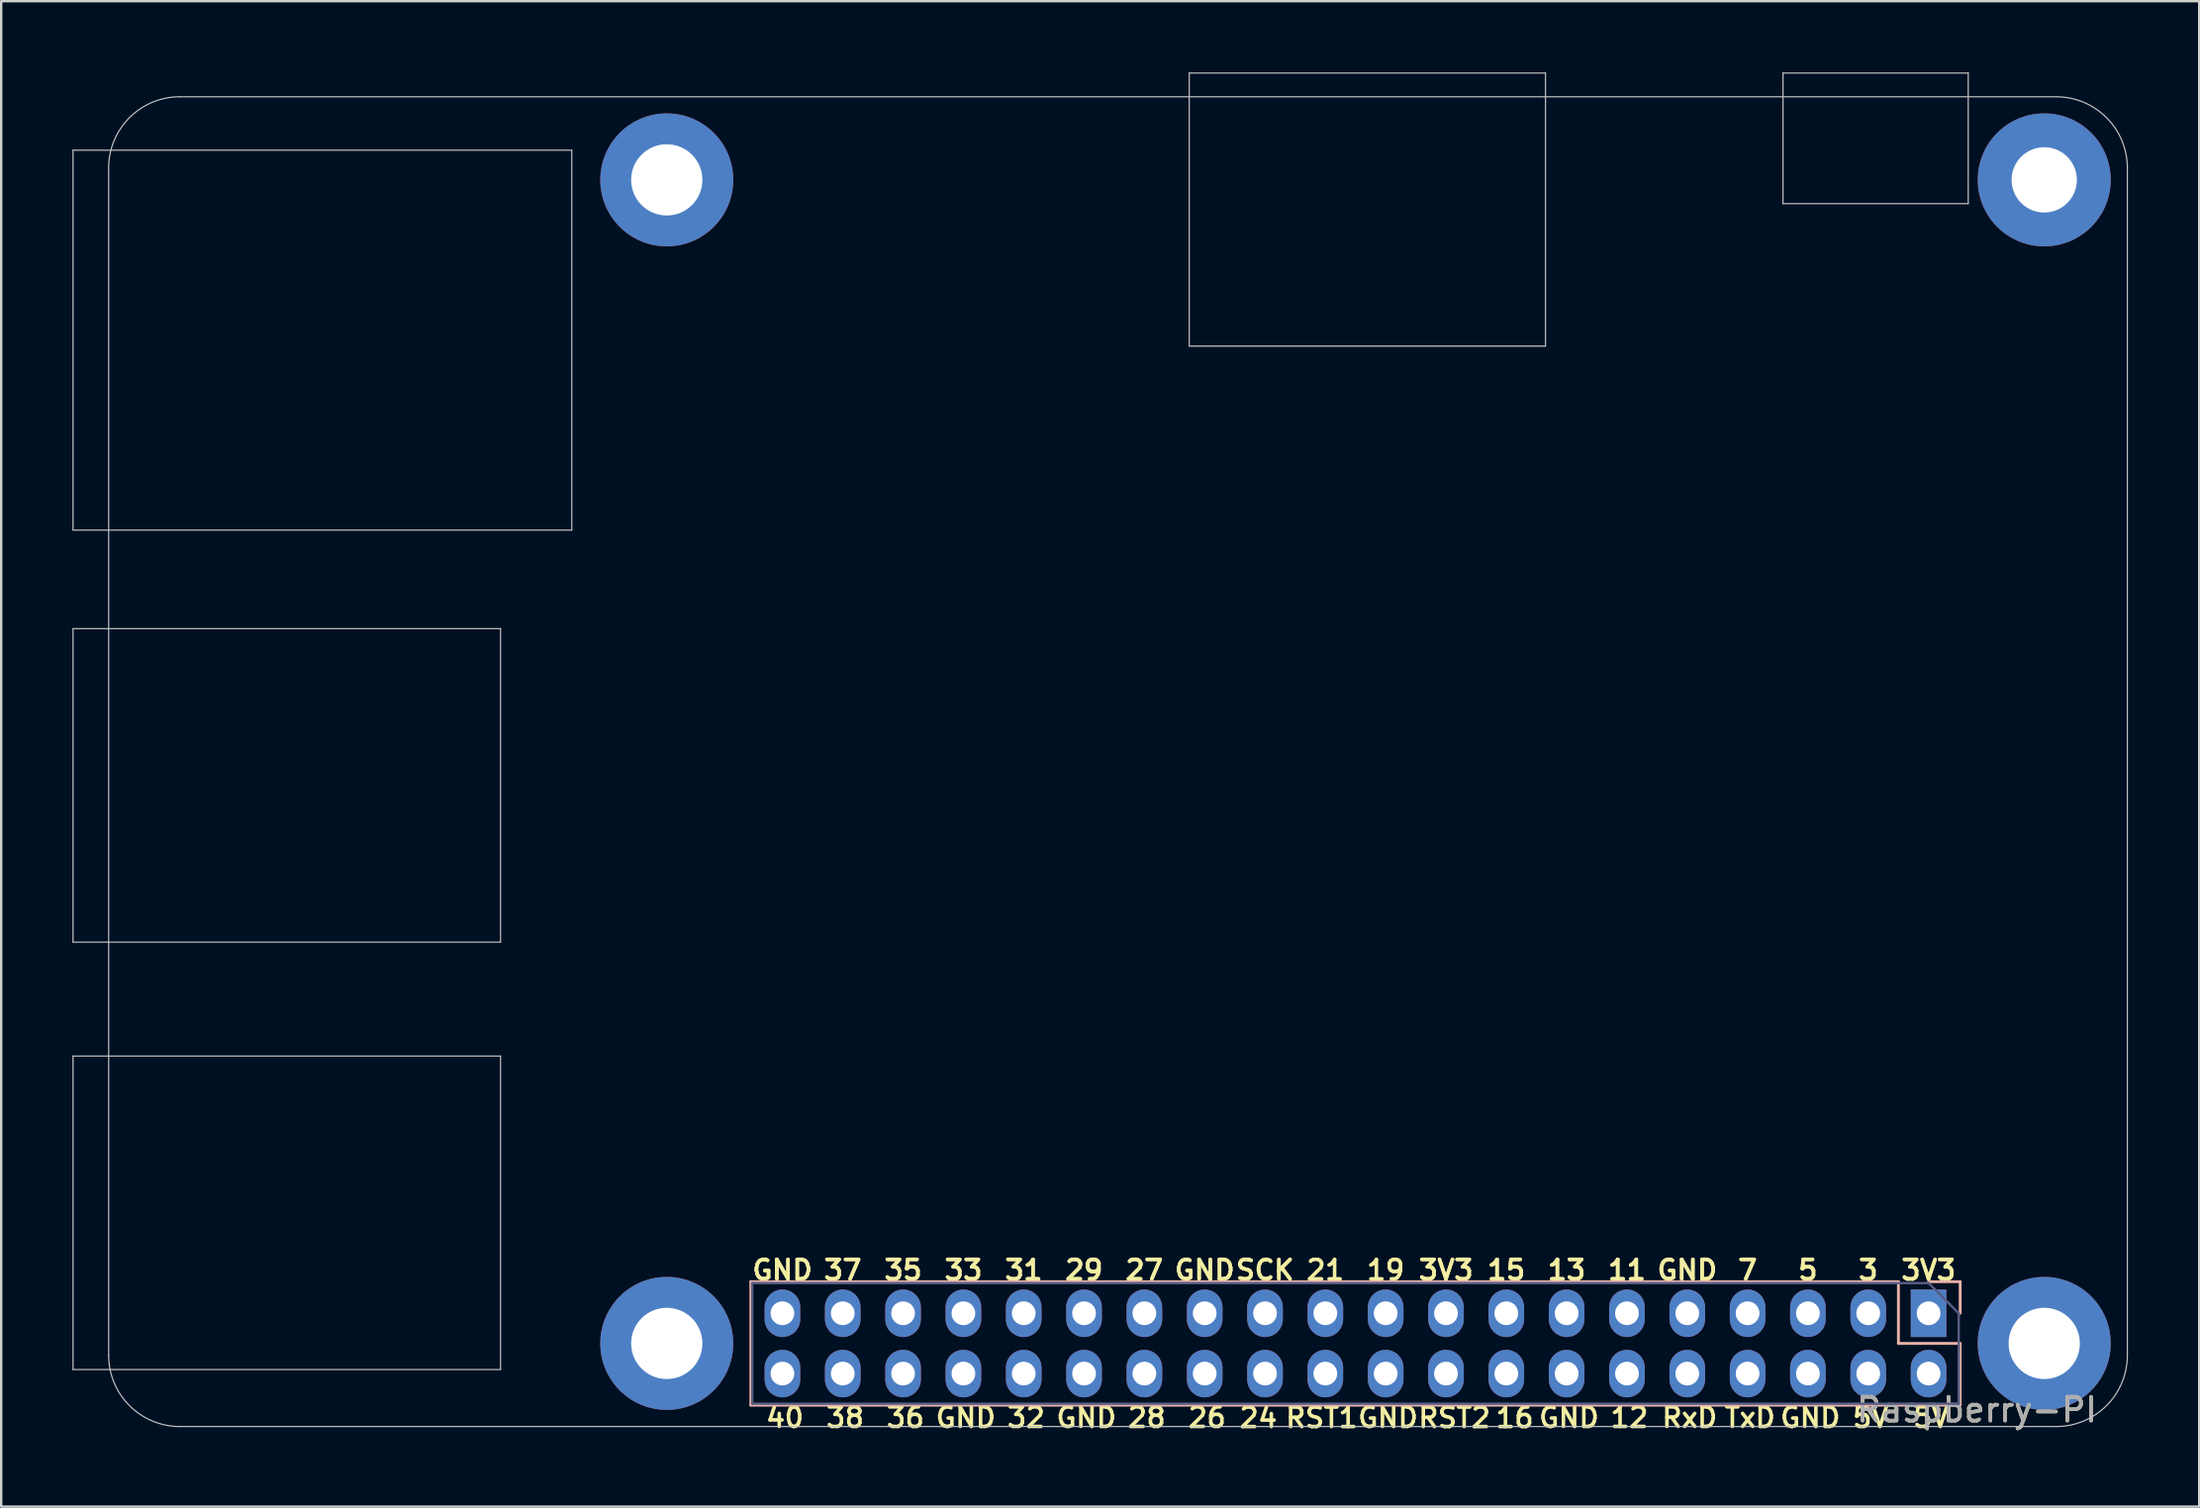
<source format=kicad_pcb>
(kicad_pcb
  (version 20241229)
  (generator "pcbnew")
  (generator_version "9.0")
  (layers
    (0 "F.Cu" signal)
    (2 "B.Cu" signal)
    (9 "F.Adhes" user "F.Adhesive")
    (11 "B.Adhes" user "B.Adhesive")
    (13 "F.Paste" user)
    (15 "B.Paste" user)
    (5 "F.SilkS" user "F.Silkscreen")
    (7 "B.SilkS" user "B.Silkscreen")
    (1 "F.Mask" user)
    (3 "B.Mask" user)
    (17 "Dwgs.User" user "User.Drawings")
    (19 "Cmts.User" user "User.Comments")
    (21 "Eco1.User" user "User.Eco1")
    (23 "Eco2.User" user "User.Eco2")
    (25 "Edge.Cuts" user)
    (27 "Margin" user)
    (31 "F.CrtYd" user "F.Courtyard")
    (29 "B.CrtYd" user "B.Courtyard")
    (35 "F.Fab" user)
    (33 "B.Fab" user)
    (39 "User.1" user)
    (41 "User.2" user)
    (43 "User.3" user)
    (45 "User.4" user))
  (footprint "Raspberry-PI"
    (layer "F.Cu")
    (at 78.155 52.255)
    (property "Reference" "Raspberry-PI" (at 2.032 4.064 0) (layer "F.SilkS") (effects (font (size 1 1) (thickness 0.15))))
    (attr through_hole)
    (fp_line (start -49.59 -1.33) (end -49.59 3.87) (stroke (width 0.12) (type solid)) (layer "B.SilkS"))
    (fp_line (start -1.27 -1.33) (end -49.59 -1.33) (stroke (width 0.12) (type solid)) (layer "B.SilkS"))
    (fp_line (start -1.27 -1.33) (end -1.27 1.27) (stroke (width 0.12) (type solid)) (layer "B.SilkS"))
    (fp_line (start -1.27 1.27) (end 1.33 1.27) (stroke (width 0.12) (type solid)) (layer "B.SilkS"))
    (fp_line (start 0 -1.33) (end 1.33 -1.33) (stroke (width 0.12) (type solid)) (layer "B.SilkS"))
    (fp_line (start 1.33 -1.33) (end 1.33 0) (stroke (width 0.12) (type solid)) (layer "B.SilkS"))
    (fp_line (start 1.33 1.27) (end 1.33 3.87) (stroke (width 0.12) (type solid)) (layer "B.SilkS"))
    (fp_line (start 1.33 3.87) (end -49.59 3.87) (stroke (width 0.12) (type solid)) (layer "B.SilkS"))
    (fp_line (start -78.13 -48.98) (end -78.13 -32.98) (stroke (width 0.05) (type solid)) (layer "Dwgs.User"))
    (fp_line (start -78.13 -32.98) (end -57.13 -32.98) (stroke (width 0.05) (type solid)) (layer "Dwgs.User"))
    (fp_line (start -78.13 -28.83) (end -78.13 -15.63) (stroke (width 0.05) (type solid)) (layer "Dwgs.User"))
    (fp_line (start -78.13 -10.83) (end -78.13 2.37) (stroke (width 0.05) (type solid)) (layer "Dwgs.User"))
    (fp_line (start -76.63 -48.23) (end -76.63 1.77) (stroke (width 0.05) (type solid)) (layer "Dwgs.User"))
    (fp_line (start -73.63 4.77) (end 5.37 4.77) (stroke (width 0.05) (type solid)) (layer "Dwgs.User"))
    (fp_line (start -60.13 -28.83) (end -78.13 -28.83) (stroke (width 0.05) (type solid)) (layer "Dwgs.User"))
    (fp_line (start -60.13 -28.83) (end -60.13 -15.63) (stroke (width 0.05) (type solid)) (layer "Dwgs.User"))
    (fp_line (start -60.13 -15.63) (end -78.13 -15.63) (stroke (width 0.05) (type solid)) (layer "Dwgs.User"))
    (fp_line (start -60.13 -10.83) (end -78.13 -10.83) (stroke (width 0.05) (type solid)) (layer "Dwgs.User"))
    (fp_line (start -60.13 -10.83) (end -60.13 2.37) (stroke (width 0.05) (type solid)) (layer "Dwgs.User"))
    (fp_line (start -60.13 2.37) (end -78.13 2.37) (stroke (width 0.05) (type solid)) (layer "Dwgs.User"))
    (fp_line (start -57.13 -48.98) (end -78.13 -48.98) (stroke (width 0.05) (type solid)) (layer "Dwgs.User"))
    (fp_line (start -57.13 -48.98) (end -57.13 -32.98) (stroke (width 0.05) (type solid)) (layer "Dwgs.User"))
    (fp_line (start -31.13 -52.23) (end -31.13 -40.73) (stroke (width 0.05) (type solid)) (layer "Dwgs.User"))
    (fp_line (start -16.13 -52.23) (end -31.13 -52.23) (stroke (width 0.05) (type solid)) (layer "Dwgs.User"))
    (fp_line (start -16.13 -52.23) (end -16.13 -40.73) (stroke (width 0.05) (type solid)) (layer "Dwgs.User"))
    (fp_line (start -16.13 -40.73) (end -31.13 -40.73) (stroke (width 0.05) (type solid)) (layer "Dwgs.User"))
    (fp_line (start -6.13 -52.23) (end -6.13 -46.73) (stroke (width 0.05) (type solid)) (layer "Dwgs.User"))
    (fp_line (start 1.67 -52.23) (end -6.13 -52.23) (stroke (width 0.05) (type solid)) (layer "Dwgs.User"))
    (fp_line (start 1.67 -52.23) (end 1.67 -46.73) (stroke (width 0.05) (type solid)) (layer "Dwgs.User"))
    (fp_line (start 1.67 -46.73) (end -6.13 -46.73) (stroke (width 0.05) (type solid)) (layer "Dwgs.User"))
    (fp_line (start 5.37 -51.23) (end -73.63 -51.23) (stroke (width 0.05) (type solid)) (layer "Dwgs.User"))
    (fp_line (start 8.37 1.77) (end 8.37 -48.23) (stroke (width 0.05) (type solid)) (layer "Dwgs.User"))
    (fp_arc (start -76.63 -48.23) (mid -75.75132 -50.35132) (end -73.63 -51.23) (stroke (width 0.05) (type solid)) (layer "Dwgs.User"))
    (fp_arc (start -73.63 4.77) (mid -75.75132 3.89132) (end -76.63 1.77) (stroke (width 0.05) (type solid)) (layer "Dwgs.User"))
    (fp_arc (start 5.37 -51.23) (mid 7.49132 -50.35132) (end 8.37 -48.23) (stroke (width 0.05) (type solid)) (layer "Dwgs.User"))
    (fp_arc (start 8.37 1.77) (mid 7.49132 3.89132) (end 5.37 4.77) (stroke (width 0.05) (type solid)) (layer "Dwgs.User"))
    (fp_line (start -49.53 -1.27) (end 0 -1.27) (stroke (width 0.1) (type solid)) (layer "B.Fab"))
    (fp_line (start -49.53 3.81) (end -49.53 -1.27) (stroke (width 0.1) (type solid)) (layer "B.Fab"))
    (fp_line (start 0 -1.27) (end 1.27 0) (stroke (width 0.1) (type solid)) (layer "B.Fab"))
    (fp_line (start 1.27 0) (end 1.27 3.81) (stroke (width 0.1) (type solid)) (layer "B.Fab"))
    (fp_line (start 1.27 3.81) (end -49.53 3.81) (stroke (width 0.1) (type solid)) (layer "B.Fab"))
    (fp_text user "5V" (at -2.44 4.392 0) (layer "F.SilkS") (effects (font (size 0.82 0.82) (thickness 0.15))))
    (fp_text user "31" (at -38.1 -1.82 0) (layer "F.SilkS") (effects (font (size 0.82 0.82) (thickness 0.15))))
    (fp_text user "5V" (at 0.1 4.392 0) (layer "F.SilkS") (effects (font (size 0.82 0.82) (thickness 0.15))))
    (fp_text user "36" (at -43.08 4.392 0) (layer "F.SilkS") (effects (font (size 0.82 0.82) (thickness 0.15))))
    (fp_text user "GND" (at -4.98 4.392 0) (layer "F.SilkS") (effects (font (size 0.82 0.82) (thickness 0.15))))
    (fp_text user "13" (at -15.24 -1.82 0) (layer "F.SilkS") (effects (font (size 0.82 0.82) (thickness 0.15))))
    (fp_text user "35" (at -43.18 -1.82 0) (layer "F.SilkS") (effects (font (size 0.82 0.82) (thickness 0.15))))
    (fp_text user "3" (at -2.54 -1.82 0) (layer "F.SilkS") (effects (font (size 0.82 0.82) (thickness 0.15))))
    (fp_text user "27" (at -33.02 -1.82 0) (layer "F.SilkS") (effects (font (size 0.82 0.82) (thickness 0.15))))
    (fp_text user "11" (at -12.7 -1.82 0) (layer "F.SilkS") (effects (font (size 0.82 0.82) (thickness 0.15))))
    (fp_text user "33" (at -40.64 -1.82 0) (layer "F.SilkS") (effects (font (size 0.82 0.82) (thickness 0.15))))
    (fp_text user "28" (at -32.92 4.392 0) (layer "F.SilkS") (effects (font (size 0.82 0.82) (thickness 0.15))))
    (fp_text user "7" (at -7.62 -1.82 0) (layer "F.SilkS") (effects (font (size 0.82 0.82) (thickness 0.15))))
    (fp_text user "3V3" (at -20.32 -1.82 0) (layer "F.SilkS") (effects (font (size 0.82 0.82) (thickness 0.15))))
    (fp_text user "GND" (at -15.14 4.392 0) (layer "F.SilkS") (effects (font (size 0.82 0.82) (thickness 0.15))))
    (fp_text user "GND" (at -10.16 -1.82 0) (layer "F.SilkS") (effects (font (size 0.82 0.82) (thickness 0.15))))
    (fp_text user "32" (at -38 4.392 0) (layer "F.SilkS") (effects (font (size 0.82 0.82) (thickness 0.15))))
    (fp_text user "GND" (at -30.48 -1.82 0) (layer "F.SilkS") (effects (font (size 0.82 0.82) (thickness 0.15))))
    (fp_text user "31" (at -38.1 -1.82 0) (layer "F.SilkS") (effects (font (size 0.82 0.82) (thickness 0.15))))
    (fp_text user "15" (at -17.78 -1.82 0) (layer "F.SilkS") (effects (font (size 0.82 0.82) (thickness 0.15))))
    (fp_text user "29" (at -35.56 -1.82 0) (layer "F.SilkS") (effects (font (size 0.82 0.82) (thickness 0.15))))
    (fp_text user "27" (at -33.02 -1.82 0) (layer "F.SilkS") (effects (font (size 0.82 0.82) (thickness 0.15))))
    (fp_text user "26" (at -30.38 4.392 0) (layer "F.SilkS") (effects (font (size 0.82 0.82) (thickness 0.15))))
    (fp_text user "37" (at -45.72 -1.82 0) (layer "F.SilkS") (effects (font (size 0.82 0.82) (thickness 0.15))))
    (fp_text user "GND" (at -48.26 -1.82 0) (layer "F.SilkS") (effects (font (size 0.82 0.82) (thickness 0.15))))
    (fp_text user "24" (at -28.221 4.399 0) (layer "F.SilkS") (effects (font (size 0.82 0.82) (thickness 0.15))))
    (fp_text user "GND" (at -10.16 -1.82 0) (layer "F.SilkS") (effects (font (size 0.82 0.82) (thickness 0.15))))
    (fp_text user "5" (at -5.08 -1.82 0) (layer "F.SilkS") (effects (font (size 0.82 0.82) (thickness 0.15))))
    (fp_text user "12" (at -12.6 4.392 0) (layer "F.SilkS") (effects (font (size 0.82 0.82) (thickness 0.15))))
    (fp_text user "15" (at -17.78 -1.82 0) (layer "F.SilkS") (effects (font (size 0.82 0.82) (thickness 0.15))))
    (fp_text user "16" (at -17.426 4.399 0) (layer "F.SilkS") (effects (font (size 0.82 0.82) (thickness 0.15))))
    (fp_text user "29" (at -35.56 -1.82 0) (layer "F.SilkS") (effects (font (size 0.82 0.82) (thickness 0.15))))
    (fp_text user "GND" (at -35.46 4.392 0) (layer "F.SilkS") (effects (font (size 0.82 0.82) (thickness 0.15))))
    (fp_text user "7" (at -7.62 -1.82 0) (layer "F.SilkS") (effects (font (size 0.82 0.82) (thickness 0.15))))
    (fp_text user "38" (at -45.62 4.392 0) (layer "F.SilkS") (effects (font (size 0.82 0.82) (thickness 0.15))))
    (fp_text user "GND" (at -48.26 -1.82 0) (layer "F.SilkS") (effects (font (size 0.82 0.82) (thickness 0.15))))
    (fp_text user "21" (at -25.4 -1.82 0) (layer "F.SilkS") (effects (font (size 0.82 0.82) (thickness 0.15))))
    (fp_text user "RST2" (at -19.966 4.399 0) (layer "F.SilkS") (effects (font (size 0.82 0.82) (thickness 0.15))))
    (fp_text user "SCK" (at -27.94 -1.82 0) (layer "F.SilkS") (effects (font (size 0.82 0.82) (thickness 0.15))))
    (fp_text user "40" (at -48.16 4.392 0) (layer "F.SilkS") (effects (font (size 0.82 0.82) (thickness 0.15))))
    (fp_text user "RxD" (at -10.06 4.392 0) (layer "F.SilkS") (effects (font (size 0.82 0.82) (thickness 0.15))))
    (fp_text user "RST1" (at -25.554 4.399 0) (layer "F.SilkS") (effects (font (size 0.82 0.82) (thickness 0.15))))
    (fp_text user "GND" (at -22.76 4.392 0) (layer "F.SilkS") (effects (font (size 0.82 0.82) (thickness 0.15))))
    (fp_text user "GND" (at -40.54 4.392 0) (layer "F.SilkS") (effects (font (size 0.82 0.82) (thickness 0.15))))
    (fp_text user "35" (at -43.18 -1.82 0) (layer "F.SilkS") (effects (font (size 0.82 0.82) (thickness 0.15))))
    (fp_text user "3V3" (at -20.32 -1.82 0) (layer "F.SilkS") (effects (font (size 0.82 0.82) (thickness 0.15))))
    (fp_text user "11" (at -12.7 -1.82 0) (layer "F.SilkS") (effects (font (size 0.82 0.82) (thickness 0.15))))
    (fp_text user "SCK" (at -27.94 -1.82 0) (layer "F.SilkS") (effects (font (size 0.82 0.82) (thickness 0.15))))
    (fp_text user "5" (at -5.08 -1.82 0) (layer "F.SilkS") (effects (font (size 0.82 0.82) (thickness 0.15))))
    (fp_text user "19" (at -22.86 -1.82 0) (layer "F.SilkS") (effects (font (size 0.82 0.82) (thickness 0.15))))
    (fp_text user "33" (at -40.64 -1.82 0) (layer "F.SilkS") (effects (font (size 0.82 0.82) (thickness 0.15))))
    (fp_text user "13" (at -15.24 -1.82 0) (layer "F.SilkS") (effects (font (size 0.82 0.82) (thickness 0.15))))
    (fp_text user "TxD" (at -7.52 4.392 0) (layer "F.SilkS") (effects (font (size 0.82 0.82) (thickness 0.15))))
    (fp_text user "3V3" (at 0 -1.82 0) (layer "F.SilkS") (effects (font (size 0.82 0.82) (thickness 0.15))))
    (fp_text user "3" (at -2.54 -1.82 0) (layer "F.SilkS") (effects (font (size 0.82 0.82) (thickness 0.15))))
    (fp_text user "GND" (at -30.48 -1.82 0) (layer "F.SilkS") (effects (font (size 0.82 0.82) (thickness 0.15))))
    (fp_text user "37" (at -45.72 -1.82 0) (layer "F.SilkS") (effects (font (size 0.82 0.82) (thickness 0.15))))
    (fp_text user "3V3" (at 0 -1.82 0) (layer "F.SilkS") (effects (font (size 0.82 0.82) (thickness 0.15))))
    (fp_text user "${REFERENCE}" (at 2.032 4.064 0) (layer "F.Fab") (effects (font (size 1 1) (thickness 0.15))))
    (pad "" np_thru_hole circle (at -53.13 -47.73) (size 5.6 5.6) (drill 3) (layers "*.Cu" "*.Mask"))
    (pad "" np_thru_hole circle (at -53.13 1.27) (size 5.6 5.6) (drill 3) (layers "*.Cu" "*.Mask"))
    (pad "" np_thru_hole circle (at 4.87 -47.73) (size 5.6 5.6) (drill 2.75) (layers "*.Cu" "*.Mask"))
    (pad "" np_thru_hole circle (at 4.87 1.27) (size 5.6 5.6) (drill 3) (layers "*.Cu" "*.Mask"))
    (pad "1" thru_hole rect (at 0 0) (size 1.5 2) (drill 1) (layers "*.Cu" "*.Mask"))
    (pad "2" thru_hole oval (at 0 2.54) (size 1.5 2) (drill 1) (layers "*.Cu" "*.Mask"))
    (pad "3" thru_hole oval (at -2.54 0) (size 1.5 2) (drill 1) (layers "*.Cu" "*.Mask"))
    (pad "4" thru_hole oval (at -2.54 2.54) (size 1.5 2) (drill 1) (layers "*.Cu" "*.Mask"))
    (pad "5" thru_hole oval (at -5.08 0) (size 1.5 2) (drill 1) (layers "*.Cu" "*.Mask"))
    (pad "6" thru_hole oval (at -5.08 2.54) (size 1.5 2) (drill 1) (layers "*.Cu" "*.Mask"))
    (pad "7" thru_hole oval (at -7.62 0) (size 1.5 2) (drill 1) (layers "*.Cu" "*.Mask"))
    (pad "8" thru_hole oval (at -7.62 2.54) (size 1.5 2) (drill 1) (layers "*.Cu" "*.Mask"))
    (pad "9" thru_hole oval (at -10.16 0) (size 1.5 2) (drill 1) (layers "*.Cu" "*.Mask"))
    (pad "10" thru_hole oval (at -10.16 2.54) (size 1.5 2) (drill 1) (layers "*.Cu" "*.Mask"))
    (pad "11" thru_hole oval (at -12.7 0) (size 1.5 2) (drill 1) (layers "*.Cu" "*.Mask"))
    (pad "12" thru_hole oval (at -12.7 2.54) (size 1.5 2) (drill 1) (layers "*.Cu" "*.Mask"))
    (pad "13" thru_hole oval (at -15.24 0) (size 1.5 2) (drill 1) (layers "*.Cu" "*.Mask"))
    (pad "14" thru_hole oval (at -15.24 2.54) (size 1.5 2) (drill 1) (layers "*.Cu" "*.Mask"))
    (pad "15" thru_hole oval (at -17.78 0) (size 1.5 2) (drill 1) (layers "*.Cu" "*.Mask"))
    (pad "16" thru_hole oval (at -17.78 2.54) (size 1.5 2) (drill 1) (layers "*.Cu" "*.Mask"))
    (pad "17" thru_hole oval (at -20.32 0) (size 1.5 2) (drill 1) (layers "*.Cu" "*.Mask"))
    (pad "18" thru_hole oval (at -20.32 2.54) (size 1.5 2) (drill 1) (layers "*.Cu" "*.Mask"))
    (pad "19" thru_hole oval (at -22.86 0) (size 1.5 2) (drill 1) (layers "*.Cu" "*.Mask"))
    (pad "20" thru_hole oval (at -22.86 2.54) (size 1.5 2) (drill 1) (layers "*.Cu" "*.Mask"))
    (pad "21" thru_hole oval (at -25.4 0) (size 1.5 2) (drill 1) (layers "*.Cu" "*.Mask"))
    (pad "22" thru_hole oval (at -25.4 2.54) (size 1.5 2) (drill 1) (layers "*.Cu" "*.Mask"))
    (pad "23" thru_hole oval (at -27.94 0) (size 1.5 2) (drill 1) (layers "*.Cu" "*.Mask"))
    (pad "24" thru_hole oval (at -27.94 2.54) (size 1.5 2) (drill 1) (layers "*.Cu" "*.Mask"))
    (pad "25" thru_hole oval (at -30.48 0) (size 1.5 2) (drill 1) (layers "*.Cu" "*.Mask"))
    (pad "26" thru_hole oval (at -30.48 2.54) (size 1.5 2) (drill 1) (layers "*.Cu" "*.Mask"))
    (pad "27" thru_hole oval (at -33.02 0) (size 1.5 2) (drill 1) (layers "*.Cu" "*.Mask"))
    (pad "28" thru_hole oval (at -33.02 2.54) (size 1.5 2) (drill 1) (layers "*.Cu" "*.Mask"))
    (pad "29" thru_hole oval (at -35.56 0) (size 1.5 2) (drill 1) (layers "*.Cu" "*.Mask"))
    (pad "30" thru_hole oval (at -35.56 2.54) (size 1.5 2) (drill 1) (layers "*.Cu" "*.Mask"))
    (pad "31" thru_hole oval (at -38.1 0) (size 1.5 2) (drill 1) (layers "*.Cu" "*.Mask"))
    (pad "32" thru_hole oval (at -38.1 2.54) (size 1.5 2) (drill 1) (layers "*.Cu" "*.Mask"))
    (pad "33" thru_hole oval (at -40.64 0) (size 1.5 2) (drill 1) (layers "*.Cu" "*.Mask"))
    (pad "34" thru_hole oval (at -40.64 2.54) (size 1.5 2) (drill 1) (layers "*.Cu" "*.Mask"))
    (pad "35" thru_hole oval (at -43.18 0) (size 1.5 2) (drill 1) (layers "*.Cu" "*.Mask"))
    (pad "36" thru_hole oval (at -43.18 2.54) (size 1.5 2) (drill 1) (layers "*.Cu" "*.Mask"))
    (pad "37" thru_hole oval (at -45.72 0) (size 1.5 2) (drill 1) (layers "*.Cu" "*.Mask"))
    (pad "38" thru_hole oval (at -45.72 2.54) (size 1.5 2) (drill 1) (layers "*.Cu" "*.Mask"))
    (pad "39" thru_hole oval (at -48.26 0) (size 1.5 2) (drill 1) (layers "*.Cu" "*.Mask"))
    (pad "40" thru_hole oval (at -48.26 2.54) (size 1.5 2) (drill 1) (layers "*.Cu" "*.Mask")))
  (gr_rect
    (start -3 -3)
    (end 89.55 60.397)
    (stroke (width 0.1) (type default))
    (fill no)
    (layer "Edge.Cuts")))
</source>
